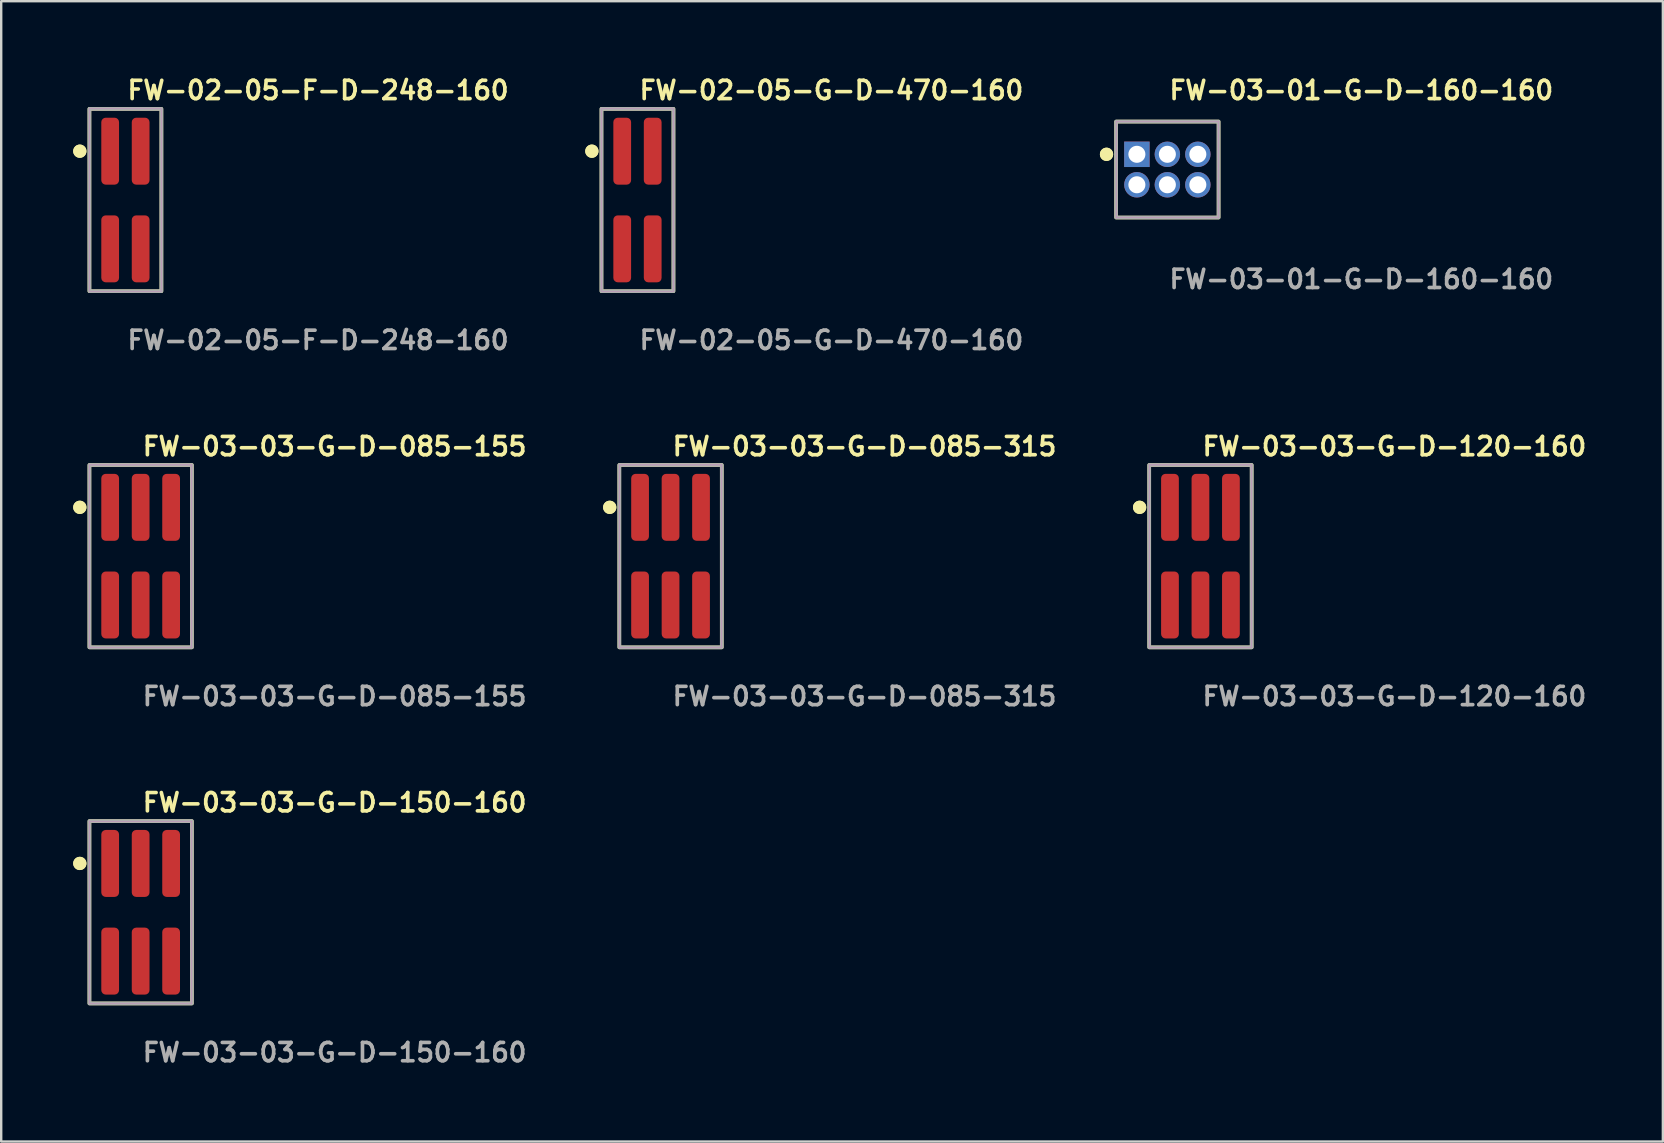
<source format=kicad_pcb>
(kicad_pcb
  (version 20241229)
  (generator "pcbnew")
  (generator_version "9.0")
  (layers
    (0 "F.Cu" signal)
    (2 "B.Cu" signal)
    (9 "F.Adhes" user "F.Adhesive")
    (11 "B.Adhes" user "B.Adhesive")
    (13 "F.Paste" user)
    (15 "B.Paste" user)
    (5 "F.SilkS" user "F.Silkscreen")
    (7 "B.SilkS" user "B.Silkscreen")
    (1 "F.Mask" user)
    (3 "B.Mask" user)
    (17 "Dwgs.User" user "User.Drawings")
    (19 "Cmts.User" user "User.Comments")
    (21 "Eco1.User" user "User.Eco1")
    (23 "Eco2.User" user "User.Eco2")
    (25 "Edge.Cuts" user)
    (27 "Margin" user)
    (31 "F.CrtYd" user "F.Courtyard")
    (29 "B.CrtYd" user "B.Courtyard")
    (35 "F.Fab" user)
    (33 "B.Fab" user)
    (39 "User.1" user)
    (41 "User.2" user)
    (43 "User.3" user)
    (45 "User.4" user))
  (footprint "FW-03-03-G-D-150-160"
    (layer "F.Cu")
    (at 2.811 34.966)
    (property "Reference" "FW-03-03-G-D-150-160" (at 0 -4.572 0) (unlocked yes) (layer "F.SilkS") (effects (font (size 0.762 0.762) (thickness 0.152)) (justify left)))
    (fp_rect (start -2.135 3.8) (end 2.135 -3.8) (stroke (width 0.152) (type solid)) (fill no) (layer "F.SilkS"))
    (fp_circle (center -2.535 -2.035) (end -2.735 -2.035) (stroke (width 0.152) (type solid)) (fill yes) (layer "F.SilkS"))
    (fp_circle (center -2.535 -2.035) (end -2.735 -2.035) (stroke (width 0.152) (type solid)) (fill yes) (layer "F.SilkS"))
    (fp_rect (start -2.135 3.8) (end 2.135 -3.8) (stroke (width 0.006) (type solid)) (fill no) (layer "F.CrtYd"))
    (fp_rect (start -2.135 3.8) (end 2.135 -3.8) (stroke (width 0.152) (type solid)) (fill no) (layer "F.Fab"))
    (fp_text user "${REFERENCE}" (at 0 5.842 0) (unlocked yes) (layer "F.Fab") (effects (font (size 0.762 0.762) (thickness 0.152)) (justify left)))
    (pad "1" smd roundrect (at -1.27 -2.035) (size 0.74 2.79) (layers "F.Cu" "F.Paste") (roundrect_rratio 0.25))
    (pad "2" smd roundrect (at -1.27 2.035) (size 0.74 2.79) (layers "F.Cu" "F.Paste") (roundrect_rratio 0.25))
    (pad "3" smd roundrect (at 0 -2.035) (size 0.74 2.79) (layers "F.Cu" "F.Paste") (roundrect_rratio 0.25))
    (pad "4" smd roundrect (at 0 2.035) (size 0.74 2.79) (layers "F.Cu" "F.Paste") (roundrect_rratio 0.25))
    (pad "5" smd roundrect (at 1.27 -2.035) (size 0.74 2.79) (layers "F.Cu" "F.Paste") (roundrect_rratio 0.25))
    (pad "6" smd roundrect (at 1.27 2.035) (size 0.74 2.79) (layers "F.Cu" "F.Paste") (roundrect_rratio 0.25)))
  (footprint "FW-03-03-G-D-085-155"
    (layer "F.Cu")
    (at 2.811 20.126)
    (property "Reference" "FW-03-03-G-D-085-155" (at 0 -4.572 0) (unlocked yes) (layer "F.SilkS") (effects (font (size 0.762 0.762) (thickness 0.152)) (justify left)))
    (fp_rect (start -2.135 3.8) (end 2.135 -3.8) (stroke (width 0.152) (type solid)) (fill no) (layer "F.SilkS"))
    (fp_circle (center -2.535 -2.035) (end -2.735 -2.035) (stroke (width 0.152) (type solid)) (fill yes) (layer "F.SilkS"))
    (fp_circle (center -2.535 -2.035) (end -2.735 -2.035) (stroke (width 0.152) (type solid)) (fill yes) (layer "F.SilkS"))
    (fp_rect (start -2.135 3.8) (end 2.135 -3.8) (stroke (width 0.006) (type solid)) (fill no) (layer "F.CrtYd"))
    (fp_rect (start -2.135 3.8) (end 2.135 -3.8) (stroke (width 0.152) (type solid)) (fill no) (layer "F.Fab"))
    (fp_text user "${REFERENCE}" (at 0 5.842 0) (unlocked yes) (layer "F.Fab") (effects (font (size 0.762 0.762) (thickness 0.152)) (justify left)))
    (pad "1" smd roundrect (at -1.27 -2.035) (size 0.74 2.79) (layers "F.Cu" "F.Paste") (roundrect_rratio 0.25))
    (pad "2" smd roundrect (at -1.27 2.035) (size 0.74 2.79) (layers "F.Cu" "F.Paste") (roundrect_rratio 0.25))
    (pad "3" smd roundrect (at 0 -2.035) (size 0.74 2.79) (layers "F.Cu" "F.Paste") (roundrect_rratio 0.25))
    (pad "4" smd roundrect (at 0 2.035) (size 0.74 2.79) (layers "F.Cu" "F.Paste") (roundrect_rratio 0.25))
    (pad "5" smd roundrect (at 1.27 -2.035) (size 0.74 2.79) (layers "F.Cu" "F.Paste") (roundrect_rratio 0.25))
    (pad "6" smd roundrect (at 1.27 2.035) (size 0.74 2.79) (layers "F.Cu" "F.Paste") (roundrect_rratio 0.25)))
  (footprint "FW-02-05-F-D-248-160"
    (layer "F.Cu")
    (at 2.176 5.285)
    (property "Reference" "FW-02-05-F-D-248-160" (at 0 -4.572 0) (unlocked yes) (layer "F.SilkS") (effects (font (size 0.762 0.762) (thickness 0.152)) (justify left)))
    (fp_rect (start -1.5 3.8) (end 1.5 -3.8) (stroke (width 0.152) (type solid)) (fill no) (layer "F.SilkS"))
    (fp_circle (center -1.9 -2.035) (end -2.1 -2.035) (stroke (width 0.152) (type solid)) (fill yes) (layer "F.SilkS"))
    (fp_circle (center -1.9 -2.035) (end -2.1 -2.035) (stroke (width 0.152) (type solid)) (fill yes) (layer "F.SilkS"))
    (fp_rect (start -1.5 3.8) (end 1.5 -3.8) (stroke (width 0.006) (type solid)) (fill no) (layer "F.CrtYd"))
    (fp_rect (start -1.5 3.8) (end 1.5 -3.8) (stroke (width 0.152) (type solid)) (fill no) (layer "F.Fab"))
    (fp_text user "${REFERENCE}" (at 0 5.842 0) (unlocked yes) (layer "F.Fab") (effects (font (size 0.762 0.762) (thickness 0.152)) (justify left)))
    (pad "1" smd roundrect (at -0.635 -2.035) (size 0.74 2.79) (layers "F.Cu" "F.Paste") (roundrect_rratio 0.25))
    (pad "2" smd roundrect (at -0.635 2.035) (size 0.74 2.79) (layers "F.Cu" "F.Paste") (roundrect_rratio 0.25))
    (pad "3" smd roundrect (at 0.635 -2.035) (size 0.74 2.79) (layers "F.Cu" "F.Paste") (roundrect_rratio 0.25))
    (pad "4" smd roundrect (at 0.635 2.035) (size 0.74 2.79) (layers "F.Cu" "F.Paste") (roundrect_rratio 0.25)))
  (footprint "FW-02-05-G-D-470-160"
    (layer "F.Cu")
    (at 23.514 5.285)
    (property "Reference" "FW-02-05-G-D-470-160" (at 0 -4.572 0) (unlocked yes) (layer "F.SilkS") (effects (font (size 0.762 0.762) (thickness 0.152)) (justify left)))
    (fp_rect (start -1.5 3.8) (end 1.5 -3.8) (stroke (width 0.152) (type solid)) (fill no) (layer "F.SilkS"))
    (fp_circle (center -1.9 -2.035) (end -2.1 -2.035) (stroke (width 0.152) (type solid)) (fill yes) (layer "F.SilkS"))
    (fp_circle (center -1.9 -2.035) (end -2.1 -2.035) (stroke (width 0.152) (type solid)) (fill yes) (layer "F.SilkS"))
    (fp_rect (start -1.5 3.8) (end 1.5 -3.8) (stroke (width 0.006) (type solid)) (fill no) (layer "F.CrtYd"))
    (fp_rect (start -1.5 3.8) (end 1.5 -3.8) (stroke (width 0.152) (type solid)) (fill no) (layer "F.Fab"))
    (fp_text user "${REFERENCE}" (at 0 5.842 0) (unlocked yes) (layer "F.Fab") (effects (font (size 0.762 0.762) (thickness 0.152)) (justify left)))
    (pad "1" smd roundrect (at -0.635 -2.035) (size 0.74 2.79) (layers "F.Cu" "F.Paste") (roundrect_rratio 0.25))
    (pad "2" smd roundrect (at -0.635 2.035) (size 0.74 2.79) (layers "F.Cu" "F.Paste") (roundrect_rratio 0.25))
    (pad "3" smd roundrect (at 0.635 -2.035) (size 0.74 2.79) (layers "F.Cu" "F.Paste") (roundrect_rratio 0.25))
    (pad "4" smd roundrect (at 0.635 2.035) (size 0.74 2.79) (layers "F.Cu" "F.Paste") (roundrect_rratio 0.25)))
  (footprint "FW-03-03-G-D-120-160"
    (layer "F.Cu")
    (at 46.975 20.126)
    (property "Reference" "FW-03-03-G-D-120-160" (at 0 -4.572 0) (unlocked yes) (layer "F.SilkS") (effects (font (size 0.762 0.762) (thickness 0.152)) (justify left)))
    (fp_rect (start -2.135 3.8) (end 2.135 -3.8) (stroke (width 0.152) (type solid)) (fill no) (layer "F.SilkS"))
    (fp_circle (center -2.535 -2.035) (end -2.735 -2.035) (stroke (width 0.152) (type solid)) (fill yes) (layer "F.SilkS"))
    (fp_circle (center -2.535 -2.035) (end -2.735 -2.035) (stroke (width 0.152) (type solid)) (fill yes) (layer "F.SilkS"))
    (fp_rect (start -2.135 3.8) (end 2.135 -3.8) (stroke (width 0.006) (type solid)) (fill no) (layer "F.CrtYd"))
    (fp_rect (start -2.135 3.8) (end 2.135 -3.8) (stroke (width 0.152) (type solid)) (fill no) (layer "F.Fab"))
    (fp_text user "${REFERENCE}" (at 0 5.842 0) (unlocked yes) (layer "F.Fab") (effects (font (size 0.762 0.762) (thickness 0.152)) (justify left)))
    (pad "1" smd roundrect (at -1.27 -2.035) (size 0.74 2.79) (layers "F.Cu" "F.Paste") (roundrect_rratio 0.25))
    (pad "2" smd roundrect (at -1.27 2.035) (size 0.74 2.79) (layers "F.Cu" "F.Paste") (roundrect_rratio 0.25))
    (pad "3" smd roundrect (at 0 -2.035) (size 0.74 2.79) (layers "F.Cu" "F.Paste") (roundrect_rratio 0.25))
    (pad "4" smd roundrect (at 0 2.035) (size 0.74 2.79) (layers "F.Cu" "F.Paste") (roundrect_rratio 0.25))
    (pad "5" smd roundrect (at 1.27 -2.035) (size 0.74 2.79) (layers "F.Cu" "F.Paste") (roundrect_rratio 0.25))
    (pad "6" smd roundrect (at 1.27 2.035) (size 0.74 2.79) (layers "F.Cu" "F.Paste") (roundrect_rratio 0.25)))
  (footprint "FW-03-03-G-D-085-315"
    (layer "F.Cu")
    (at 24.893 20.126)
    (property "Reference" "FW-03-03-G-D-085-315" (at 0 -4.572 0) (unlocked yes) (layer "F.SilkS") (effects (font (size 0.762 0.762) (thickness 0.152)) (justify left)))
    (fp_rect (start -2.135 3.8) (end 2.135 -3.8) (stroke (width 0.152) (type solid)) (fill no) (layer "F.SilkS"))
    (fp_circle (center -2.535 -2.035) (end -2.735 -2.035) (stroke (width 0.152) (type solid)) (fill yes) (layer "F.SilkS"))
    (fp_circle (center -2.535 -2.035) (end -2.735 -2.035) (stroke (width 0.152) (type solid)) (fill yes) (layer "F.SilkS"))
    (fp_rect (start -2.135 3.8) (end 2.135 -3.8) (stroke (width 0.006) (type solid)) (fill no) (layer "F.CrtYd"))
    (fp_rect (start -2.135 3.8) (end 2.135 -3.8) (stroke (width 0.152) (type solid)) (fill no) (layer "F.Fab"))
    (fp_text user "${REFERENCE}" (at 0 5.842 0) (unlocked yes) (layer "F.Fab") (effects (font (size 0.762 0.762) (thickness 0.152)) (justify left)))
    (pad "1" smd roundrect (at -1.27 -2.035) (size 0.74 2.79) (layers "F.Cu" "F.Paste") (roundrect_rratio 0.25))
    (pad "2" smd roundrect (at -1.27 2.035) (size 0.74 2.79) (layers "F.Cu" "F.Paste") (roundrect_rratio 0.25))
    (pad "3" smd roundrect (at 0 -2.035) (size 0.74 2.79) (layers "F.Cu" "F.Paste") (roundrect_rratio 0.25))
    (pad "4" smd roundrect (at 0 2.035) (size 0.74 2.79) (layers "F.Cu" "F.Paste") (roundrect_rratio 0.25))
    (pad "5" smd roundrect (at 1.27 -2.035) (size 0.74 2.79) (layers "F.Cu" "F.Paste") (roundrect_rratio 0.25))
    (pad "6" smd roundrect (at 1.27 2.035) (size 0.74 2.79) (layers "F.Cu" "F.Paste") (roundrect_rratio 0.25)))
  (footprint "FW-03-01-G-D-160-160"
    (layer "F.Cu")
    (at 45.596 4.015)
    (property "Reference" "FW-03-01-G-D-160-160" (at 0 -3.302 0) (unlocked yes) (layer "F.SilkS") (effects (font (size 0.762 0.762) (thickness 0.152)) (justify left)))
    (fp_rect (start -2.135 2) (end 2.135 -2) (stroke (width 0.152) (type solid)) (fill no) (layer "F.SilkS"))
    (fp_circle (center -2.535 -0.635) (end -2.735 -0.635) (stroke (width 0.152) (type solid)) (fill yes) (layer "F.SilkS"))
    (fp_circle (center -2.535 -0.635) (end -2.735 -0.635) (stroke (width 0.152) (type solid)) (fill yes) (layer "F.SilkS"))
    (fp_rect (start -2.135 2) (end 2.135 -2) (stroke (width 0.006) (type solid)) (fill no) (layer "F.CrtYd"))
    (fp_rect (start -2.135 2) (end 2.135 -2) (stroke (width 0.152) (type solid)) (fill no) (layer "F.Fab"))
    (fp_text user "${REFERENCE}" (at 0 4.572 0) (unlocked yes) (layer "F.Fab") (effects (font (size 0.762 0.762) (thickness 0.152)) (justify left)))
    (pad "1" thru_hole rect (at -1.27 -0.635) (size 1.06 1.06) (drill 0.71) (layers "*.Cu" "*.Mask"))
    (pad "2" thru_hole circle (at -1.27 0.635) (size 1.06 1.06) (drill 0.71) (layers "*.Cu" "*.Mask"))
    (pad "3" thru_hole circle (at 0 -0.635) (size 1.06 1.06) (drill 0.71) (layers "*.Cu" "*.Mask"))
    (pad "4" thru_hole circle (at 0 0.635) (size 1.06 1.06) (drill 0.71) (layers "*.Cu" "*.Mask"))
    (pad "5" thru_hole circle (at 1.27 -0.635) (size 1.06 1.06) (drill 0.71) (layers "*.Cu" "*.Mask"))
    (pad "6" thru_hole circle (at 1.27 0.635) (size 1.06 1.06) (drill 0.71) (layers "*.Cu" "*.Mask")))
  (gr_rect
    (start -3 -3)
    (end 66.245 44.521)
    (stroke (width 0.1) (type default))
    (fill no)
    (layer "Edge.Cuts")))
</source>
